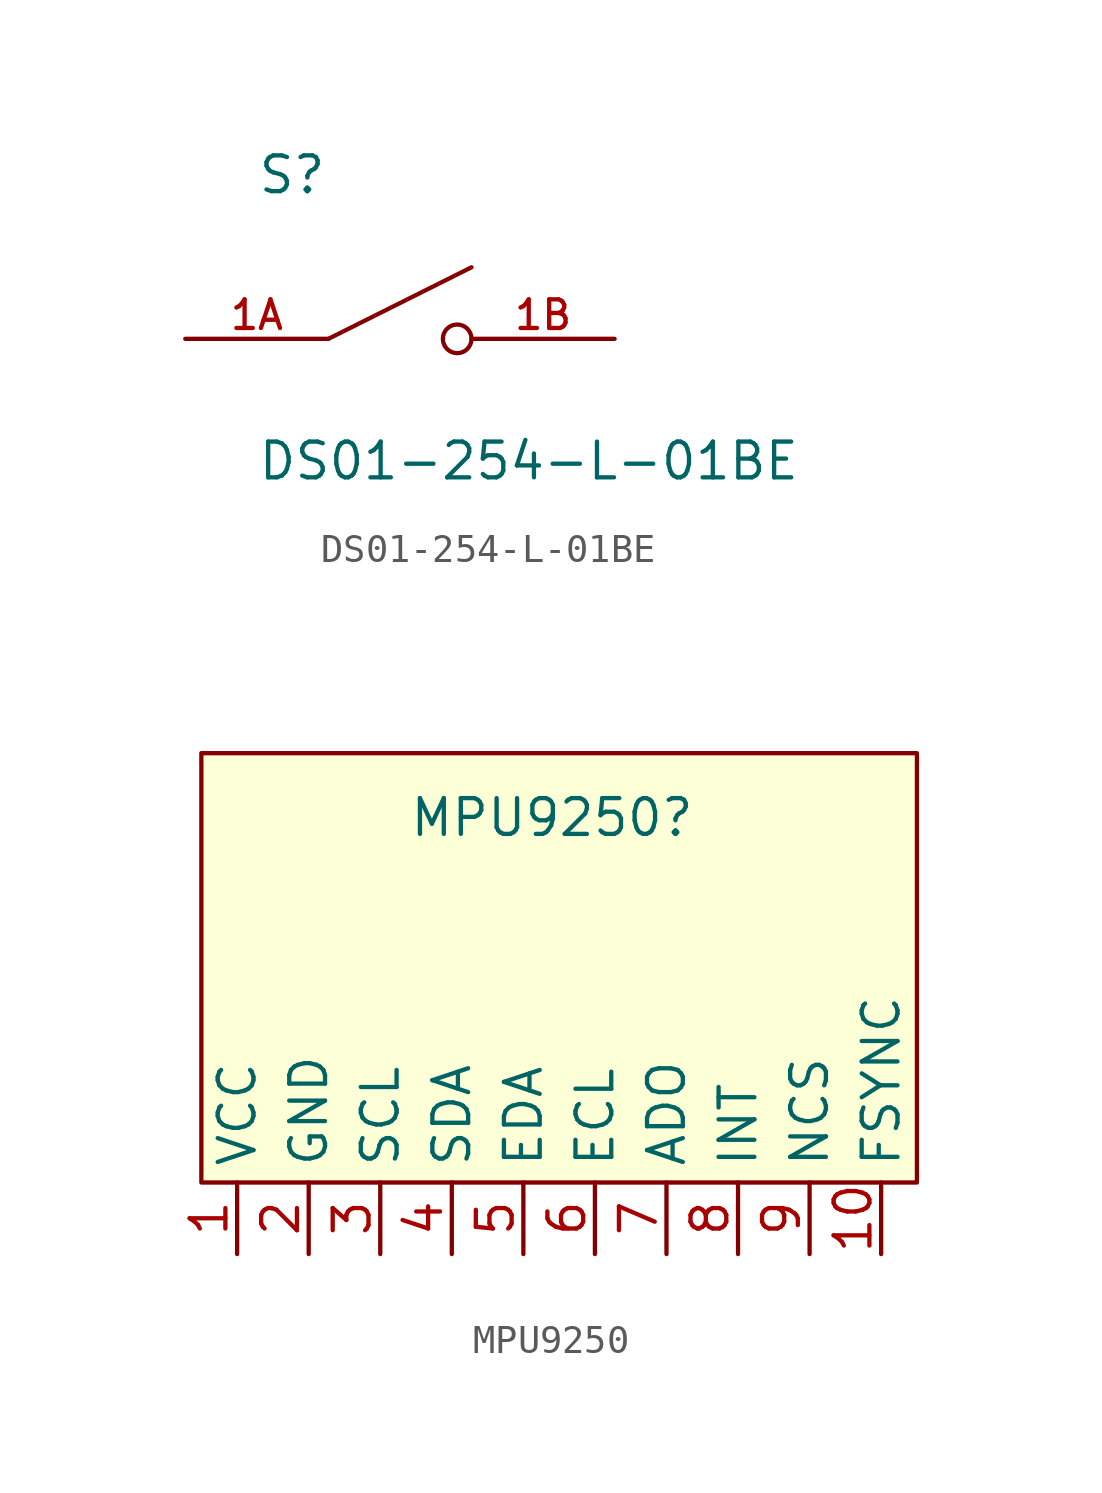
<source format=kicad_sym>
(kicad_symbol_lib
  (version 20241209)
  (generator "kicad_symbol_editor")
  (generator_version "9.0")
  (symbol "DS01-254-L-01BE"
    (pin_names
      (offset 1.016))
    (property "Reference" "S"
      (at -5.08 5.08 0)
      (effects (font (size 1.27 1.27)) (justify left bottom)))
    (property "Value" "DS01-254-L-01BE"
      (at -5.08 -5.08 0)
      (effects (font (size 1.27 1.27)) (justify left bottom)))
    (symbol "DS01-254-L-01BE_0_0"
      (polyline (pts (xy -2.54 0) (xy 2.54 2.54)) (stroke (width 0.152) (type default)) (fill (type none)))
      (circle (center 2.032 0) (radius 0.508) (stroke (width 0.152) (type default)) (fill (type none)))
      (pin passive line (at -7.62 0 0) (length 5.08) (name "~" (effects (font (size 1.016 1.016)))) (number "1A" (effects (font (size 1.016 1.016)))))
      (pin passive line (at 7.62 0 180) (length 5.08) (name "~" (effects (font (size 1.016 1.016)))) (number "1B" (effects (font (size 1.016 1.016)))))))
  (symbol "MPU9250"
    (property "Reference" "MPU9250"
      (at -0.254 5.334 0)
      (effects (font (size 1.27 1.27))))
    (property "Value" ""
      (at 0 0 0)
      (effects (font (size 1.27 1.27))))
    (symbol "MPU9250_0_1"
      (rectangle (start -12.7 7.62) (end 12.7 -7.62) (stroke (width 0) (type default)) (fill (type color) (color 253 255 215 1))))
    (symbol "MPU9250_1_1"
      (pin passive line (at -11.43 -10.16 90) (length 2.54) (name "VCC" (effects (font (size 1.27 1.27)))) (number "1" (effects (font (size 1.27 1.27)))))
      (pin passive line (at -8.89 -10.16 90) (length 2.54) (name "GND" (effects (font (size 1.27 1.27)))) (number "2" (effects (font (size 1.27 1.27)))))
      (pin passive line (at -6.35 -10.16 90) (length 2.54) (name "SCL" (effects (font (size 1.27 1.27)))) (number "3" (effects (font (size 1.27 1.27)))))
      (pin passive line (at -3.81 -10.16 90) (length 2.54) (name "SDA" (effects (font (size 1.27 1.27)))) (number "4" (effects (font (size 1.27 1.27)))))
      (pin passive line (at -1.27 -10.16 90) (length 2.54) (name "EDA" (effects (font (size 1.27 1.27)))) (number "5" (effects (font (size 1.27 1.27)))))
      (pin passive line (at 1.27 -10.16 90) (length 2.54) (name "ECL" (effects (font (size 1.27 1.27)))) (number "6" (effects (font (size 1.27 1.27)))))
      (pin passive line (at 3.81 -10.16 90) (length 2.54) (name "ADO" (effects (font (size 1.27 1.27)))) (number "7" (effects (font (size 1.27 1.27)))))
      (pin passive line (at 6.35 -10.16 90) (length 2.54) (name "INT" (effects (font (size 1.27 1.27)))) (number "8" (effects (font (size 1.27 1.27)))))
      (pin passive line (at 8.89 -10.16 90) (length 2.54) (name "NCS" (effects (font (size 1.27 1.27)))) (number "9" (effects (font (size 1.27 1.27)))))
      (pin passive line (at 11.43 -10.16 90) (length 2.54) (name "FSYNC" (effects (font (size 1.27 1.27)))) (number "10" (effects (font (size 1.27 1.27))))))))
</source>
